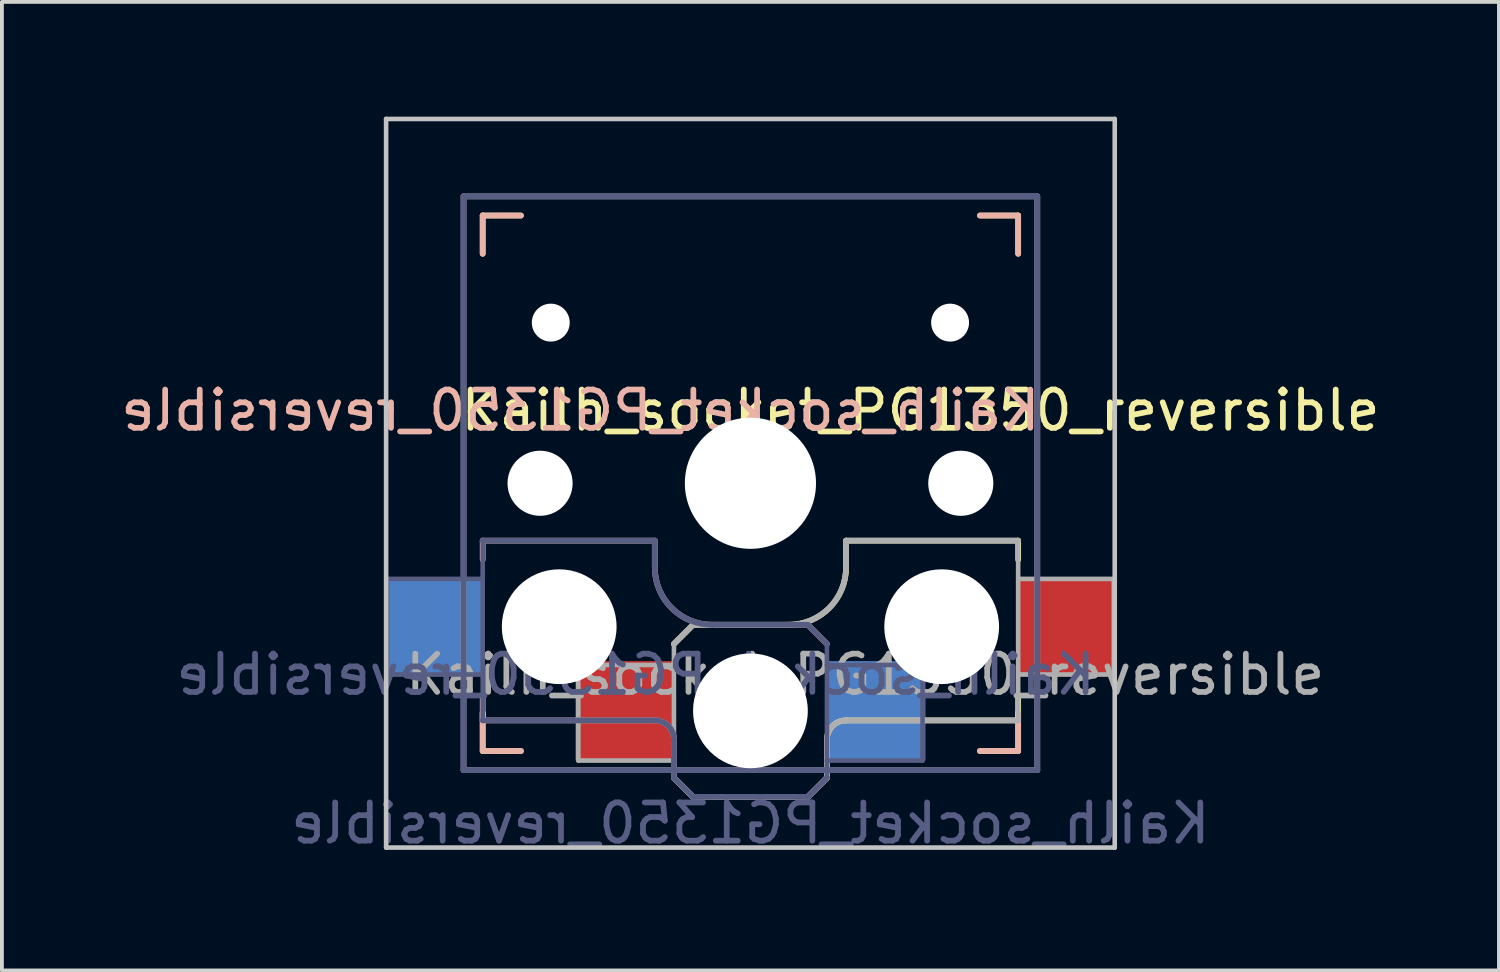
<source format=kicad_pcb>
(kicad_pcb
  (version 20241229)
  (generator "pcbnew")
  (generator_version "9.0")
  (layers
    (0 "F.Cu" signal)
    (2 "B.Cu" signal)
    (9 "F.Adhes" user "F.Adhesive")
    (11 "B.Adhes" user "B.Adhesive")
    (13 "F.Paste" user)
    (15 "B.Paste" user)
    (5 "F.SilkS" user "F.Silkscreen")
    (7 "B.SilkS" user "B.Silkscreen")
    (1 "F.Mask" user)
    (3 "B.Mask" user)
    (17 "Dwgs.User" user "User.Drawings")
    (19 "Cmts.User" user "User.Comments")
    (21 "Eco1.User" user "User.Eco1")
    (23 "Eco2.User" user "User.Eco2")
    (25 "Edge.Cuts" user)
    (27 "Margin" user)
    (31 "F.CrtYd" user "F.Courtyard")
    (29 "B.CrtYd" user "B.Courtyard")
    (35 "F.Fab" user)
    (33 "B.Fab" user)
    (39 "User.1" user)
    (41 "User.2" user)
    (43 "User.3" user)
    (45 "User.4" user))
  (footprint "Kailh_socket_PG1350_reversible"
    (layer "F.Cu")
    (at 16.57 9.585)
    (property "Reference" "Kailh_socket_PG1350_reversible" (at 4.445 -1.905 0) (layer "F.SilkS") (effects (font (size 1 1) (thickness 0.15))))
    (property "Value" "Kailh_socket_PG1350_reversible" (at 0 8.89 0) (layer "F.Fab") (hide yes) (effects (font (size 1 1) (thickness 0.15))))
    (attr smd)
    (fp_line (start -7 -7) (end -6 -7) (stroke (width 0.15) (type solid)) (layer "F.SilkS"))
    (fp_line (start -7 -6) (end -7 -7) (stroke (width 0.15) (type solid)) (layer "F.SilkS"))
    (fp_line (start -7 7) (end -7 6) (stroke (width 0.15) (type solid)) (layer "F.SilkS"))
    (fp_line (start -6 7) (end -7 7) (stroke (width 0.15) (type solid)) (layer "F.SilkS"))
    (fp_line (start -2 4.2) (end -1.5 3.7) (stroke (width 0.15) (type solid)) (layer "F.SilkS"))
    (fp_line (start -2 7.7) (end -1.5 8.2) (stroke (width 0.15) (type solid)) (layer "F.SilkS"))
    (fp_line (start -1.5 3.7) (end 1 3.7) (stroke (width 0.15) (type solid)) (layer "F.SilkS"))
    (fp_line (start -1.5 8.2) (end 1.5 8.2) (stroke (width 0.15) (type solid)) (layer "F.SilkS"))
    (fp_line (start 1.5 8.2) (end 2 7.7) (stroke (width 0.15) (type solid)) (layer "F.SilkS"))
    (fp_line (start 2 6.7) (end 2 7.7) (stroke (width 0.15) (type solid)) (layer "F.SilkS"))
    (fp_line (start 2.5 1.5) (end 7 1.5) (stroke (width 0.15) (type solid)) (layer "F.SilkS"))
    (fp_line (start 2.5 2.2) (end 2.5 1.5) (stroke (width 0.15) (type solid)) (layer "F.SilkS"))
    (fp_line (start 6 -7) (end 7 -7) (stroke (width 0.15) (type solid)) (layer "F.SilkS"))
    (fp_line (start 7 -7) (end 7 -6) (stroke (width 0.15) (type solid)) (layer "F.SilkS"))
    (fp_line (start 7 1.5) (end 7 2) (stroke (width 0.15) (type solid)) (layer "F.SilkS"))
    (fp_line (start 7 5.6) (end 7 6.2) (stroke (width 0.15) (type solid)) (layer "F.SilkS"))
    (fp_line (start 7 6) (end 7 7) (stroke (width 0.15) (type solid)) (layer "F.SilkS"))
    (fp_line (start 7 6.2) (end 2.5 6.2) (stroke (width 0.15) (type solid)) (layer "F.SilkS"))
    (fp_line (start 7 7) (end 6 7) (stroke (width 0.15) (type solid)) (layer "F.SilkS"))
    (fp_arc (start 2 6.7) (mid 2.146447 6.346447) (end 2.5 6.2) (stroke (width 0.15) (type solid)) (layer "F.SilkS"))
    (fp_arc (start 2.5 2.2) (mid 2.06066 3.26066) (end 1 3.7) (stroke (width 0.15) (type solid)) (layer "F.SilkS"))
    (fp_line (start -7 -7) (end -6 -7) (stroke (width 0.15) (type solid)) (layer "B.SilkS"))
    (fp_line (start -7 -6) (end -7 -7) (stroke (width 0.15) (type solid)) (layer "B.SilkS"))
    (fp_line (start -7 1.5) (end -7 2) (stroke (width 0.15) (type solid)) (layer "B.SilkS"))
    (fp_line (start -7 5.6) (end -7 6.2) (stroke (width 0.15) (type solid)) (layer "B.SilkS"))
    (fp_line (start -7 6.2) (end -2.5 6.2) (stroke (width 0.15) (type solid)) (layer "B.SilkS"))
    (fp_line (start -7 7) (end -7 6) (stroke (width 0.15) (type solid)) (layer "B.SilkS"))
    (fp_line (start -6 7) (end -7 7) (stroke (width 0.15) (type solid)) (layer "B.SilkS"))
    (fp_line (start -2.5 1.5) (end -7 1.5) (stroke (width 0.15) (type solid)) (layer "B.SilkS"))
    (fp_line (start -2.5 2.2) (end -2.5 1.5) (stroke (width 0.15) (type solid)) (layer "B.SilkS"))
    (fp_line (start -2 6.7) (end -2 7.7) (stroke (width 0.15) (type solid)) (layer "B.SilkS"))
    (fp_line (start -1.5 8.2) (end -2 7.7) (stroke (width 0.15) (type solid)) (layer "B.SilkS"))
    (fp_line (start 1.5 3.7) (end -1 3.7) (stroke (width 0.15) (type solid)) (layer "B.SilkS"))
    (fp_line (start 1.5 8.2) (end -1.5 8.2) (stroke (width 0.15) (type solid)) (layer "B.SilkS"))
    (fp_line (start 2 4.2) (end 1.5 3.7) (stroke (width 0.15) (type solid)) (layer "B.SilkS"))
    (fp_line (start 2 7.7) (end 1.5 8.2) (stroke (width 0.15) (type solid)) (layer "B.SilkS"))
    (fp_line (start 6 -7) (end 7 -7) (stroke (width 0.15) (type solid)) (layer "B.SilkS"))
    (fp_line (start 7 -7) (end 7 -6) (stroke (width 0.15) (type solid)) (layer "B.SilkS"))
    (fp_line (start 7 6) (end 7 7) (stroke (width 0.15) (type solid)) (layer "B.SilkS"))
    (fp_line (start 7 7) (end 6 7) (stroke (width 0.15) (type solid)) (layer "B.SilkS"))
    (fp_arc (start -2.5 6.2) (mid -2.146447 6.346447) (end -2 6.7) (stroke (width 0.15) (type solid)) (layer "B.SilkS"))
    (fp_arc (start -1 3.7) (mid -2.06066 3.26066) (end -2.5 2.2) (stroke (width 0.15) (type solid)) (layer "B.SilkS"))
    (fp_line (start -9.525 -9.525) (end 9.525 -9.525) (stroke (width 0.12) (type solid)) (layer "Dwgs.User"))
    (fp_line (start -9.525 9.525) (end -9.525 -9.525) (stroke (width 0.12) (type solid)) (layer "Dwgs.User"))
    (fp_line (start 9.525 -9.525) (end 9.525 9.525) (stroke (width 0.12) (type solid)) (layer "Dwgs.User"))
    (fp_line (start 9.525 9.525) (end -9.525 9.525) (stroke (width 0.12) (type solid)) (layer "Dwgs.User"))
    (fp_line (start -6.9 6.9) (end -6.9 -6.9) (stroke (width 0.15) (type solid)) (layer "Eco2.User"))
    (fp_line (start -6.9 6.9) (end 6.9 6.9) (stroke (width 0.15) (type solid)) (layer "Eco2.User"))
    (fp_line (start -2.6 -3.1) (end -2.6 -6.3) (stroke (width 0.15) (type solid)) (layer "Eco2.User"))
    (fp_line (start -2.6 -3.1) (end 2.6 -3.1) (stroke (width 0.15) (type solid)) (layer "Eco2.User"))
    (fp_line (start 2.6 -6.3) (end -2.6 -6.3) (stroke (width 0.15) (type solid)) (layer "Eco2.User"))
    (fp_line (start 2.6 -3.1) (end 2.6 -6.3) (stroke (width 0.15) (type solid)) (layer "Eco2.User"))
    (fp_line (start 6.9 -6.9) (end -6.9 -6.9) (stroke (width 0.15) (type solid)) (layer "Eco2.User"))
    (fp_line (start 6.9 -6.9) (end 6.9 6.9) (stroke (width 0.15) (type solid)) (layer "Eco2.User"))
    (fp_line (start -9.5 2.5) (end -7 2.5) (stroke (width 0.12) (type solid)) (layer "B.Fab"))
    (fp_line (start -9.5 5) (end -9.5 2.5) (stroke (width 0.12) (type solid)) (layer "B.Fab"))
    (fp_line (start -7.5 -7.5) (end 7.5 -7.5) (stroke (width 0.15) (type solid)) (layer "B.Fab"))
    (fp_line (start -7.5 7.5) (end -7.5 -7.5) (stroke (width 0.15) (type solid)) (layer "B.Fab"))
    (fp_line (start -7 1.5) (end -7 6.2) (stroke (width 0.12) (type solid)) (layer "B.Fab"))
    (fp_line (start -7 5) (end -9.5 5) (stroke (width 0.12) (type solid)) (layer "B.Fab"))
    (fp_line (start -7 6.2) (end -2.5 6.2) (stroke (width 0.15) (type solid)) (layer "B.Fab"))
    (fp_line (start -2.5 1.5) (end -7 1.5) (stroke (width 0.15) (type solid)) (layer "B.Fab"))
    (fp_line (start -2.5 2.2) (end -2.5 1.5) (stroke (width 0.15) (type solid)) (layer "B.Fab"))
    (fp_line (start -2 6.7) (end -2 7.7) (stroke (width 0.15) (type solid)) (layer "B.Fab"))
    (fp_line (start -1.5 8.2) (end -2 7.7) (stroke (width 0.15) (type solid)) (layer "B.Fab"))
    (fp_line (start 1.5 3.7) (end -1 3.7) (stroke (width 0.15) (type solid)) (layer "B.Fab"))
    (fp_line (start 1.5 8.2) (end -1.5 8.2) (stroke (width 0.15) (type solid)) (layer "B.Fab"))
    (fp_line (start 2 4.2) (end 1.5 3.7) (stroke (width 0.15) (type solid)) (layer "B.Fab"))
    (fp_line (start 2 4.25) (end 2 7.7) (stroke (width 0.12) (type solid)) (layer "B.Fab"))
    (fp_line (start 2 4.75) (end 4.5 4.75) (stroke (width 0.12) (type solid)) (layer "B.Fab"))
    (fp_line (start 2 7.7) (end 1.5 8.2) (stroke (width 0.15) (type solid)) (layer "B.Fab"))
    (fp_line (start 4.5 4.75) (end 4.5 7.25) (stroke (width 0.12) (type solid)) (layer "B.Fab"))
    (fp_line (start 4.5 7.25) (end 2 7.25) (stroke (width 0.12) (type solid)) (layer "B.Fab"))
    (fp_line (start 7.5 -7.5) (end 7.5 7.5) (stroke (width 0.15) (type solid)) (layer "B.Fab"))
    (fp_line (start 7.5 7.5) (end -7.5 7.5) (stroke (width 0.15) (type solid)) (layer "B.Fab"))
    (fp_arc (start -2.5 6.2) (mid -2.146447 6.346447) (end -2 6.7) (stroke (width 0.15) (type solid)) (layer "B.Fab"))
    (fp_arc (start -1 3.7) (mid -2.06066 3.26066) (end -2.5 2.2) (stroke (width 0.15) (type solid)) (layer "B.Fab"))
    (fp_line (start -7.5 -7.5) (end 7.5 -7.5) (stroke (width 0.15) (type solid)) (layer "F.Fab"))
    (fp_line (start -7.5 7.5) (end -7.5 -7.5) (stroke (width 0.15) (type solid)) (layer "F.Fab"))
    (fp_line (start -4.5 4.75) (end -4.5 7.25) (stroke (width 0.12) (type solid)) (layer "F.Fab"))
    (fp_line (start -4.5 7.25) (end -2 7.25) (stroke (width 0.12) (type solid)) (layer "F.Fab"))
    (fp_line (start -2 4.2) (end -1.5 3.7) (stroke (width 0.15) (type solid)) (layer "F.Fab"))
    (fp_line (start -2 4.25) (end -2 7.7) (stroke (width 0.12) (type solid)) (layer "F.Fab"))
    (fp_line (start -2 4.75) (end -4.5 4.75) (stroke (width 0.12) (type solid)) (layer "F.Fab"))
    (fp_line (start -2 7.7) (end -1.5 8.2) (stroke (width 0.15) (type solid)) (layer "F.Fab"))
    (fp_line (start -1.5 3.7) (end 1 3.7) (stroke (width 0.15) (type solid)) (layer "F.Fab"))
    (fp_line (start -1.5 8.2) (end 1.5 8.2) (stroke (width 0.15) (type solid)) (layer "F.Fab"))
    (fp_line (start 1.5 8.2) (end 2 7.7) (stroke (width 0.15) (type solid)) (layer "F.Fab"))
    (fp_line (start 2 6.7) (end 2 7.7) (stroke (width 0.15) (type solid)) (layer "F.Fab"))
    (fp_line (start 2.5 1.5) (end 7 1.5) (stroke (width 0.15) (type solid)) (layer "F.Fab"))
    (fp_line (start 2.5 2.2) (end 2.5 1.5) (stroke (width 0.15) (type solid)) (layer "F.Fab"))
    (fp_line (start 7 1.5) (end 7 6.2) (stroke (width 0.12) (type solid)) (layer "F.Fab"))
    (fp_line (start 7 5) (end 9.5 5) (stroke (width 0.12) (type solid)) (layer "F.Fab"))
    (fp_line (start 7 6.2) (end 2.5 6.2) (stroke (width 0.15) (type solid)) (layer "F.Fab"))
    (fp_line (start 7.5 -7.5) (end 7.5 7.5) (stroke (width 0.15) (type solid)) (layer "F.Fab"))
    (fp_line (start 7.5 7.5) (end -7.5 7.5) (stroke (width 0.15) (type solid)) (layer "F.Fab"))
    (fp_line (start 9.5 2.5) (end 7 2.5) (stroke (width 0.12) (type solid)) (layer "F.Fab"))
    (fp_line (start 9.5 5) (end 9.5 2.5) (stroke (width 0.12) (type solid)) (layer "F.Fab"))
    (fp_arc (start 2 6.7) (mid 2.146447 6.346447) (end 2.5 6.2) (stroke (width 0.15) (type solid)) (layer "F.Fab"))
    (fp_arc (start 2.5 2.2) (mid 2.06066 3.26066) (end 1 3.7) (stroke (width 0.15) (type solid)) (layer "F.Fab"))
    (fp_text user "${REFERENCE}" (at -4.445 -1.905 0) (layer "B.SilkS") (effects (font (size 1 1) (thickness 0.15)) (justify mirror)))
    (fp_text user "${VALUE}" (at 0 8.89 0) (layer "B.Fab") (effects (font (size 1 1) (thickness 0.15)) (justify mirror)))
    (fp_text user "${REFERENCE}" (at -3 5 0) (layer "B.Fab") (effects (font (size 1 1) (thickness 0.15)) (justify mirror)))
    (fp_text user "${REFERENCE}" (at 3 5 180) (layer "F.Fab") (effects (font (size 1 1) (thickness 0.15))))
    (pad "" np_thru_hole circle (at -5.5 0) (size 1.702 1.702) (drill 1.702) (layers "*.Cu" "*.Mask"))
    (pad "" np_thru_hole circle (at -5.22 -4.2) (size 0.991 0.991) (drill 0.991) (layers "*.Cu" "*.Mask"))
    (pad "" np_thru_hole circle (at -5 3.75) (size 3 3) (drill 3) (layers "*.Cu" "*.Mask"))
    (pad "" np_thru_hole circle (at 0 0) (size 3.429 3.429) (drill 3.429) (layers "*.Cu" "*.Mask"))
    (pad "" np_thru_hole circle (at 0 5.95) (size 3 3) (drill 3) (layers "*.Cu" "*.Mask"))
    (pad "" np_thru_hole circle (at 5 3.75) (size 3 3) (drill 3) (layers "*.Cu" "*.Mask"))
    (pad "" np_thru_hole circle (at 5.22 -4.2) (size 0.991 0.991) (drill 0.991) (layers "*.Cu" "*.Mask"))
    (pad "" np_thru_hole circle (at 5.5 0) (size 1.702 1.702) (drill 1.702) (layers "*.Cu" "*.Mask"))
    (pad "1" smd rect (at -3.275 5.95) (size 2.6 2.6) (layers "F.Cu" "F.Mask" "F.Paste"))
    (pad "1" smd rect (at 3.275 5.95) (size 2.6 2.6) (layers "B.Cu" "B.Mask" "B.Paste"))
    (pad "2" smd rect (at -8.275 3.75) (size 2.6 2.6) (layers "B.Cu" "B.Mask" "B.Paste"))
    (pad "2" smd rect (at 8.275 3.75) (size 2.6 2.6) (layers "F.Cu" "F.Mask" "F.Paste")))
  (gr_rect
    (start -3 -3)
    (end 36.14 22.323)
    (stroke (width 0.1) (type default))
    (fill no)
    (layer "Edge.Cuts")))
</source>
